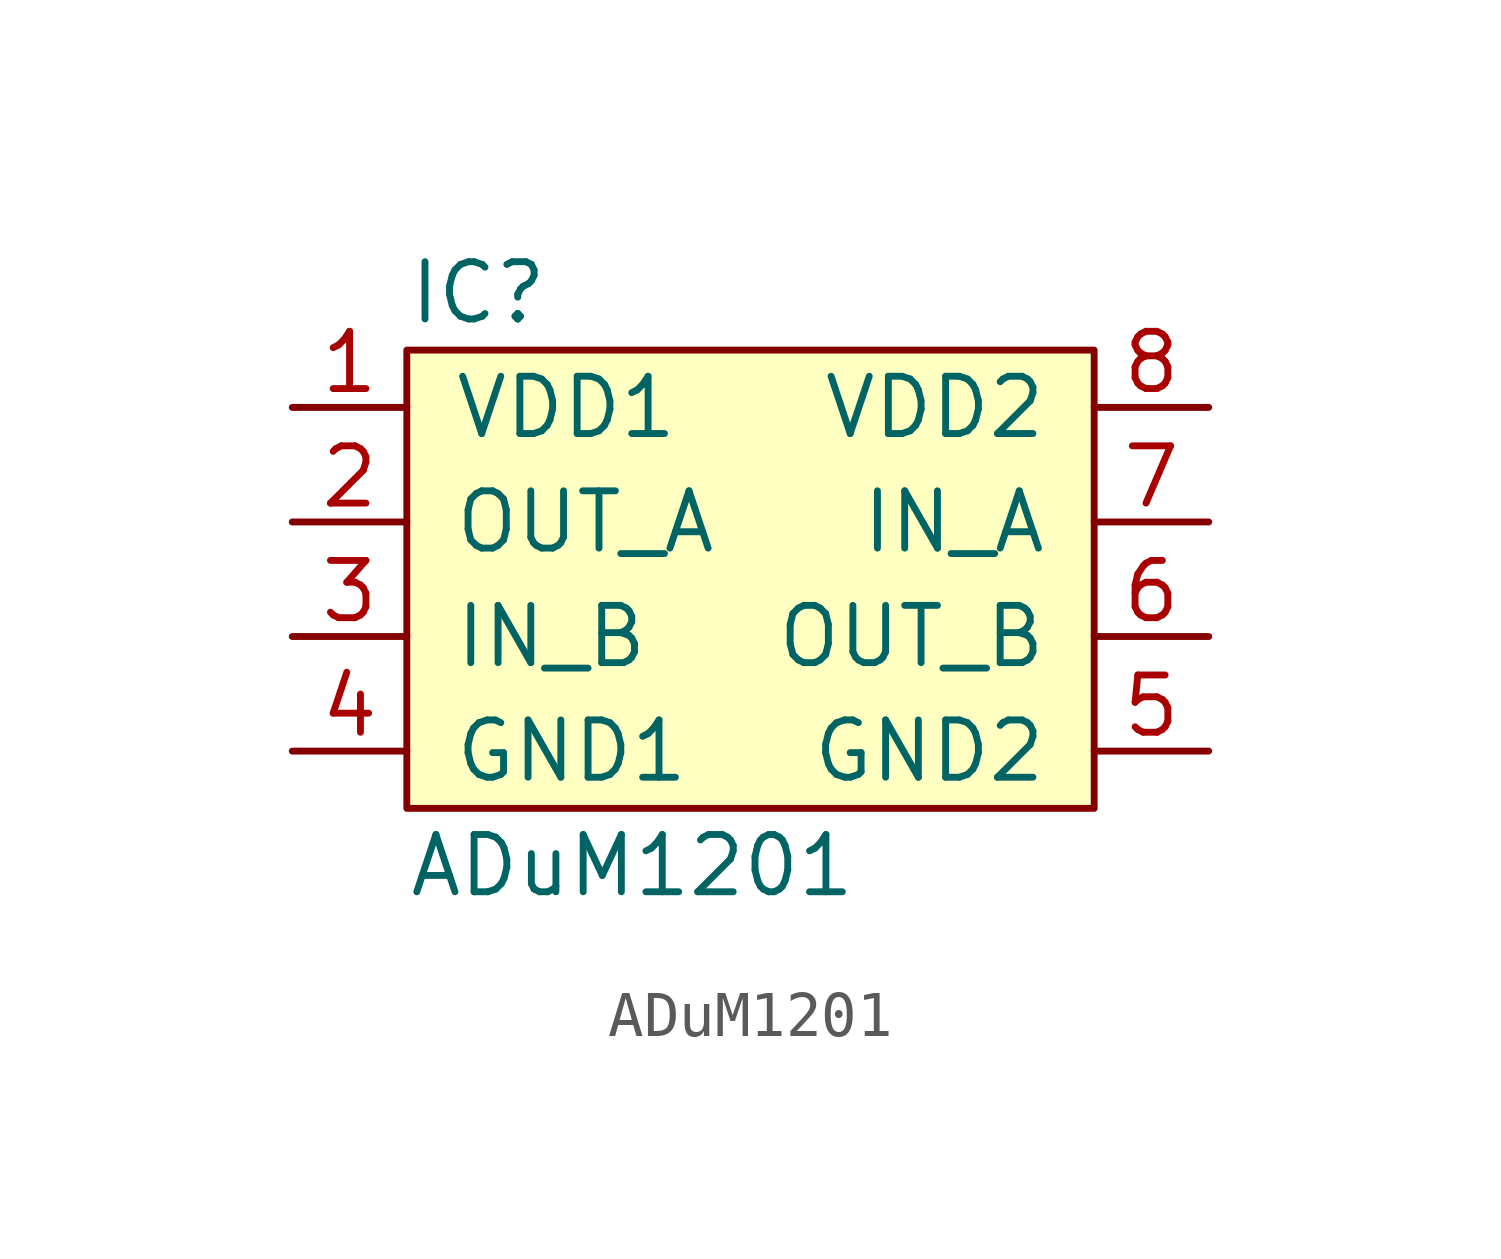
<source format=kicad_sym>
(kicad_symbol_lib
  (version 20211014)
  (generator kicad_symbol_editor)
  (symbol "ADuM1201"
    (pin_names
      (offset 1.016))
    (property "Reference" "IC"
      (at -7.62 5.08 0)
      (effects (font (size 1.27 1.27)) (justify left)))
    (property "Value" "ADuM1201"
      (at -7.62 -7.62 0)
      (effects (font (size 1.27 1.27)) (justify left)))
    (symbol "ADuM1201_0_1"
      (rectangle (start -7.62 3.81) (end 7.62 -6.35) (stroke (width 0) (type default) (color 0 0 0 0)) (fill (type background))))
    (symbol "ADuM1201_1_1"
      (pin power_in line (at -10.16 2.54 0) (length 2.54) (name "VDD1" (effects (font (size 1.27 1.27)))) (number "1" (effects (font (size 1.27 1.27)))))
      (pin output line (at -10.16 0 0) (length 2.54) (name "OUT_A" (effects (font (size 1.27 1.27)))) (number "2" (effects (font (size 1.27 1.27)))))
      (pin input line (at -10.16 -2.54 0) (length 2.54) (name "IN_B" (effects (font (size 1.27 1.27)))) (number "3" (effects (font (size 1.27 1.27)))))
      (pin power_in line (at -10.16 -5.08 0) (length 2.54) (name "GND1" (effects (font (size 1.27 1.27)))) (number "4" (effects (font (size 1.27 1.27)))))
      (pin power_in line (at 10.16 -5.08 180) (length 2.54) (name "GND2" (effects (font (size 1.27 1.27)))) (number "5" (effects (font (size 1.27 1.27)))))
      (pin output line (at 10.16 -2.54 180) (length 2.54) (name "OUT_B" (effects (font (size 1.27 1.27)))) (number "6" (effects (font (size 1.27 1.27)))))
      (pin input line (at 10.16 0 180) (length 2.54) (name "IN_A" (effects (font (size 1.27 1.27)))) (number "7" (effects (font (size 1.27 1.27)))))
      (pin power_in line (at 10.16 2.54 180) (length 2.54) (name "VDD2" (effects (font (size 1.27 1.27)))) (number "8" (effects (font (size 1.27 1.27))))))))
</source>
